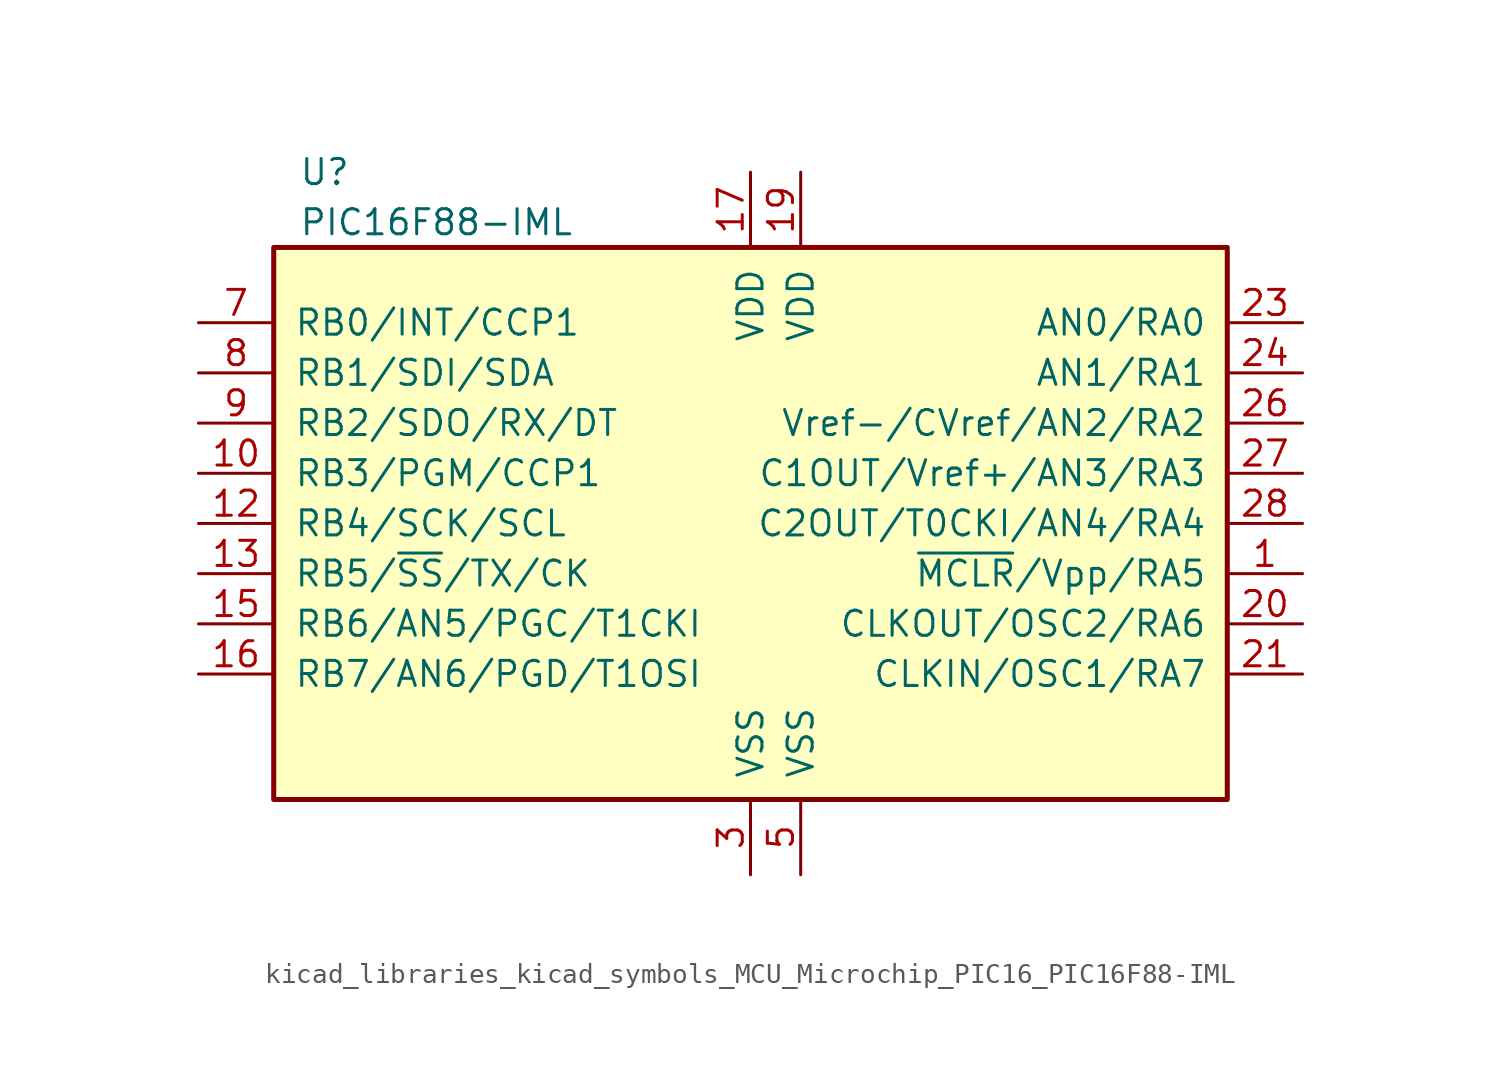
<source format=kicad_sym>
(kicad_symbol_lib
  (version 20220914)
  (generator kicad_symbol_editor)
  (symbol "kicad_libraries_kicad_symbols_MCU_Microchip_PIC16_PIC16F88-IML"
    (pin_names
      (offset 1.016))
    (property "Reference" "U"
      (at -22.86 17.78 0)
      (effects (font (size 1.27 1.27)) (justify left)))
    (property "Value" "PIC16F88-IML"
      (at -22.86 15.24 0)
      (effects (font (size 1.27 1.27)) (justify left)))
    (symbol "kicad_libraries_kicad_symbols_MCU_Microchip_PIC16_PIC16F88-IML_0_1"
      (rectangle (start 24.13 13.97) (end -24.13 -13.97) (stroke (width 0.254) (type default)) (fill (type background))))
    (symbol "kicad_libraries_kicad_symbols_MCU_Microchip_PIC16_PIC16F88-IML_1_1"
      (pin input line (at 27.94 -2.54 180) (length 3.81) (name "~{MCLR}/Vpp/RA5" (effects (font (size 1.27 1.27)))) (number "1" (effects (font (size 1.27 1.27)))))
      (pin bidirectional line (at -27.94 2.54 0) (length 3.81) (name "RB3/PGM/CCP1" (effects (font (size 1.27 1.27)))) (number "10" (effects (font (size 1.27 1.27)))))
      (pin bidirectional line (at -27.94 0 0) (length 3.81) (name "RB4/SCK/SCL" (effects (font (size 1.27 1.27)))) (number "12" (effects (font (size 1.27 1.27)))))
      (pin bidirectional line (at -27.94 -2.54 0) (length 3.81) (name "RB5/~{SS}/TX/CK" (effects (font (size 1.27 1.27)))) (number "13" (effects (font (size 1.27 1.27)))))
      (pin bidirectional line (at -27.94 -5.08 0) (length 3.81) (name "RB6/AN5/PGC/T1CKI" (effects (font (size 1.27 1.27)))) (number "15" (effects (font (size 1.27 1.27)))))
      (pin bidirectional line (at -27.94 -7.62 0) (length 3.81) (name "RB7/AN6/PGD/T1OSI" (effects (font (size 1.27 1.27)))) (number "16" (effects (font (size 1.27 1.27)))))
      (pin power_in line (at 0 17.78 270) (length 3.81) (name "VDD" (effects (font (size 1.27 1.27)))) (number "17" (effects (font (size 1.27 1.27)))))
      (pin power_in line (at 2.54 17.78 270) (length 3.81) (name "VDD" (effects (font (size 1.27 1.27)))) (number "19" (effects (font (size 1.27 1.27)))))
      (pin bidirectional line (at 27.94 -5.08 180) (length 3.81) (name "CLKOUT/OSC2/RA6" (effects (font (size 1.27 1.27)))) (number "20" (effects (font (size 1.27 1.27)))))
      (pin bidirectional line (at 27.94 -7.62 180) (length 3.81) (name "CLKIN/OSC1/RA7" (effects (font (size 1.27 1.27)))) (number "21" (effects (font (size 1.27 1.27)))))
      (pin bidirectional line (at 27.94 10.16 180) (length 3.81) (name "AN0/RA0" (effects (font (size 1.27 1.27)))) (number "23" (effects (font (size 1.27 1.27)))))
      (pin bidirectional line (at 27.94 7.62 180) (length 3.81) (name "AN1/RA1" (effects (font (size 1.27 1.27)))) (number "24" (effects (font (size 1.27 1.27)))))
      (pin bidirectional line (at 27.94 5.08 180) (length 3.81) (name "Vref-/CVref/AN2/RA2" (effects (font (size 1.27 1.27)))) (number "26" (effects (font (size 1.27 1.27)))))
      (pin bidirectional line (at 27.94 2.54 180) (length 3.81) (name "C1OUT/Vref+/AN3/RA3" (effects (font (size 1.27 1.27)))) (number "27" (effects (font (size 1.27 1.27)))))
      (pin bidirectional line (at 27.94 0 180) (length 3.81) (name "C2OUT/T0CKI/AN4/RA4" (effects (font (size 1.27 1.27)))) (number "28" (effects (font (size 1.27 1.27)))))
      (pin power_in line (at 0 -17.78 90) (length 3.81) (name "VSS" (effects (font (size 1.27 1.27)))) (number "3" (effects (font (size 1.27 1.27)))))
      (pin power_in line (at 2.54 -17.78 90) (length 3.81) (name "VSS" (effects (font (size 1.27 1.27)))) (number "5" (effects (font (size 1.27 1.27)))))
      (pin bidirectional line (at -27.94 10.16 0) (length 3.81) (name "RB0/INT/CCP1" (effects (font (size 1.27 1.27)))) (number "7" (effects (font (size 1.27 1.27)))))
      (pin bidirectional line (at -27.94 7.62 0) (length 3.81) (name "RB1/SDI/SDA" (effects (font (size 1.27 1.27)))) (number "8" (effects (font (size 1.27 1.27)))))
      (pin bidirectional line (at -27.94 5.08 0) (length 3.81) (name "RB2/SDO/RX/DT" (effects (font (size 1.27 1.27)))) (number "9" (effects (font (size 1.27 1.27))))))))
</source>
